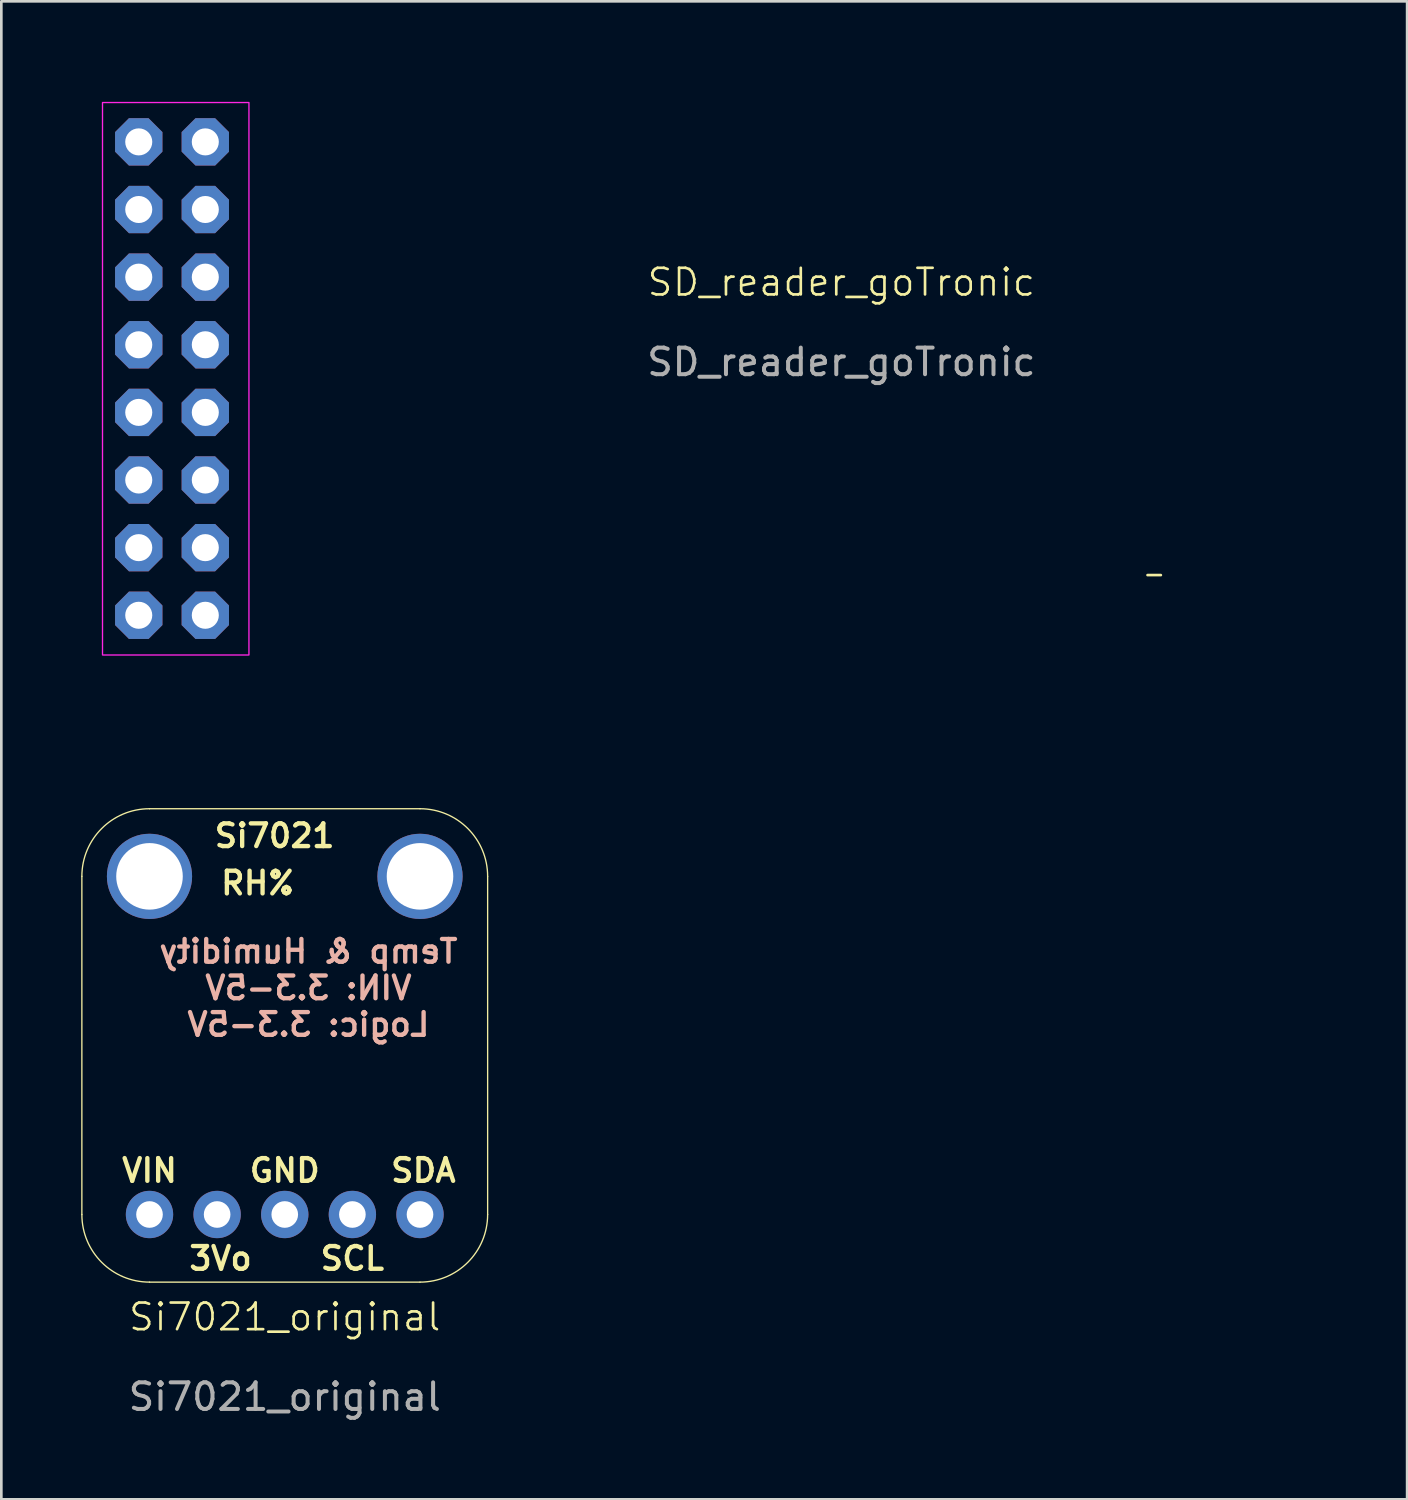
<source format=kicad_pcb>
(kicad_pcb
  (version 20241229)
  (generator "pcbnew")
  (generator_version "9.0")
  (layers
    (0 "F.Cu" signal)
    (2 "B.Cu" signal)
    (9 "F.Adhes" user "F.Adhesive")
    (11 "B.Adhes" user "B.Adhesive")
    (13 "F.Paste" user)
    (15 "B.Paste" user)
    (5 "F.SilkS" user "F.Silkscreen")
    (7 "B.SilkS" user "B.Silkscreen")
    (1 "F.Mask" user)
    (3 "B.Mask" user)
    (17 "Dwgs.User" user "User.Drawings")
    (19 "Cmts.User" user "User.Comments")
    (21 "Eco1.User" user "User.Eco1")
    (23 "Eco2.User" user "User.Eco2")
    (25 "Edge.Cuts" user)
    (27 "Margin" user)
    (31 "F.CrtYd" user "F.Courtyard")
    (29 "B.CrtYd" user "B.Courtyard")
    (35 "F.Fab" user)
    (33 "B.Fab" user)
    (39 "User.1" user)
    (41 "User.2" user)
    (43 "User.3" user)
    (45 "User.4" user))
  (footprint "Si7021_original"
    (layer "F.Cu")
    (at 7.645 46.914)
    (property "Reference" "Si7021_original" (at 0 -0.5 0) (unlocked yes) (layer "F.SilkS") (effects (font (size 1 1) (thickness 0.1))))
    (attr through_hole)
    (fp_line (start -7.62 -4.349) (end -7.62 -17.049) (stroke (width 0.05) (type solid)) (layer "F.SilkS"))
    (fp_line (start -5.08 -19.589) (end 5.08 -19.589) (stroke (width 0.05) (type solid)) (layer "F.SilkS"))
    (fp_line (start 5.08 -1.809) (end -5.08 -1.809) (stroke (width 0.05) (type solid)) (layer "F.SilkS"))
    (fp_line (start 7.62 -17.049) (end 7.62 -4.349) (stroke (width 0.05) (type solid)) (layer "F.SilkS"))
    (fp_arc (start -7.62 -17.049) (mid -6.876051 -18.845051) (end -5.08 -19.589) (stroke (width 0.05) (type solid)) (layer "F.SilkS"))
    (fp_arc (start -5.08 -1.809) (mid -6.87605 -2.552949) (end -7.62 -4.349) (stroke (width 0.05) (type solid)) (layer "F.SilkS"))
    (fp_arc (start 5.08 -19.589) (mid 6.876051 -18.845051) (end 7.62 -17.049) (stroke (width 0.05) (type solid)) (layer "F.SilkS"))
    (fp_arc (start 7.62 -4.349) (mid 6.876051 -2.552949) (end 5.08 -1.809) (stroke (width 0.05) (type solid)) (layer "F.SilkS"))
    (fp_text user "Si7021" (at -0.381 -18.573 0) (unlocked yes) (layer "F.SilkS") (effects (font (size 0.853 0.853) (thickness 0.163))))
    (fp_text user "GND" (at 0 -6 0) (unlocked yes) (layer "F.SilkS") (effects (font (size 0.853 0.853) (thickness 0.163))))
    (fp_text user "RH%" (at -1.016 -16.795 0) (unlocked yes) (layer "F.SilkS") (effects (font (size 0.853 0.853) (thickness 0.163))))
    (fp_text user "SCL" (at 2.54 -2.698 0) (unlocked yes) (layer "F.SilkS") (effects (font (size 0.853 0.853) (thickness 0.163))))
    (fp_text user "VIN" (at -5.08 -6 0) (unlocked yes) (layer "F.SilkS") (effects (font (size 0.853 0.853) (thickness 0.163))))
    (fp_text user "3Vo" (at -2.413 -2.698 0) (unlocked yes) (layer "F.SilkS") (effects (font (size 0.853 0.853) (thickness 0.163))))
    (fp_text user "SDA" (at 5.207 -6 0) (unlocked yes) (layer "F.SilkS") (effects (font (size 0.853 0.853) (thickness 0.163))))
    (fp_text user "Temp & Humidity\nVIN: 3.3-5V\nLogic: 3.3-5V" (at 0.889 -12.858 0) (unlocked yes) (layer "B.SilkS") (effects (font (size 0.853 0.853) (thickness 0.163)) (justify mirror)))
    (fp_text user "${REFERENCE}" (at 0 2.5 0) (unlocked yes) (layer "F.Fab") (effects (font (size 1 1) (thickness 0.15))))
    (pad "1" thru_hole circle (at 5.08 -4.349 270) (size 1.778 1.778) (drill 1) (layers "*.Cu" "*.Mask"))
    (pad "2" thru_hole circle (at 2.54 -4.349 270) (size 1.778 1.778) (drill 1) (layers "*.Cu" "*.Mask"))
    (pad "3" thru_hole circle (at 0 -4.349 270) (size 1.778 1.778) (drill 1) (layers "*.Cu" "*.Mask"))
    (pad "4" thru_hole circle (at -2.54 -4.349 270) (size 1.778 1.778) (drill 1) (layers "*.Cu" "*.Mask"))
    (pad "5" thru_hole circle (at -5.08 -4.349 270) (size 1.778 1.778) (drill 1) (layers "*.Cu" "*.Mask"))
    (pad "P$1" thru_hole circle (at -5.08 -17.049) (size 3.2 3.2) (drill 2.5) (layers "*.Cu" "*.Mask"))
    (pad "P$1" thru_hole circle (at 5.08 -17.049) (size 3.2 3.2) (drill 2.5) (layers "*.Cu" "*.Mask"))
    (zone (net_name "") (layer "F.Cu") (hatch edge 0.5) (connect_pads) (min_thickness 0.25) (filled_areas_thickness no) (keepout (tracks not_allowed) (vias not_allowed) (pads not_allowed) (copperpour not_allowed) (footprints allowed)) (placement (enabled no)) (fill) (polygon (pts (xy 4.581 29.865) (xy 4.561 29.584) (xy 4.503 29.309) (xy 4.407 29.045) (xy 4.275 28.797) (xy 4.109 28.569) (xy 3.914 28.367) (xy 3.692 28.194) (xy 3.449 28.053) (xy 3.188 27.948) (xy 2.915 27.88) (xy 2.635 27.85) (xy 2.354 27.86) (xy 2.077 27.909) (xy 1.81 27.996) (xy 1.557 28.119) (xy 1.324 28.276) (xy 1.115 28.465) (xy 0.934 28.68) (xy 0.785 28.919) (xy 0.671 29.175) (xy 0.593 29.446) (xy 0.554 29.724) (xy 0.554 30.006) (xy 0.593 30.284) (xy 0.671 30.555) (xy 0.785 30.811) (xy 0.934 31.05) (xy 1.115 31.265) (xy 1.324 31.454) (xy 1.557 31.611) (xy 1.81 31.734) (xy 2.077 31.821) (xy 2.354 31.87) (xy 2.635 31.88) (xy 2.915 31.85) (xy 3.188 31.782) (xy 3.449 31.677) (xy 3.692 31.536) (xy 3.914 31.363) (xy 4.109 31.161) (xy 4.275 30.933) (xy 4.407 30.685) (xy 4.503 30.421) (xy 4.561 30.146))) (polygon (pts (xy 2.549 29.865) (xy 2.554 29.876) (xy 2.565 29.881) (xy 2.576 29.876) (xy 2.581 29.865) (xy 2.576 29.854) (xy 2.565 29.849) (xy 2.554 29.854))))
    (zone (net_name "") (layer "F.Cu") (hatch edge 0.5) (connect_pads) (min_thickness 0.25) (filled_areas_thickness no) (keepout (tracks not_allowed) (vias not_allowed) (pads not_allowed) (copperpour not_allowed) (footprints allowed)) (placement (enabled no)) (fill) (polygon (pts (xy 14.741 29.865) (xy 14.721 29.584) (xy 14.663 29.309) (xy 14.567 29.045) (xy 14.435 28.797) (xy 14.269 28.569) (xy 14.074 28.367) (xy 13.852 28.194) (xy 13.609 28.053) (xy 13.348 27.948) (xy 13.075 27.88) (xy 12.795 27.85) (xy 12.514 27.86) (xy 12.237 27.909) (xy 11.97 27.996) (xy 11.717 28.119) (xy 11.484 28.276) (xy 11.275 28.465) (xy 11.094 28.68) (xy 10.945 28.919) (xy 10.831 29.175) (xy 10.753 29.446) (xy 10.714 29.724) (xy 10.714 30.006) (xy 10.753 30.284) (xy 10.831 30.555) (xy 10.945 30.811) (xy 11.094 31.05) (xy 11.275 31.265) (xy 11.484 31.454) (xy 11.717 31.611) (xy 11.97 31.734) (xy 12.237 31.821) (xy 12.514 31.87) (xy 12.795 31.88) (xy 13.075 31.85) (xy 13.348 31.782) (xy 13.609 31.677) (xy 13.852 31.536) (xy 14.074 31.363) (xy 14.269 31.161) (xy 14.435 30.933) (xy 14.567 30.685) (xy 14.663 30.421) (xy 14.721 30.146))) (polygon (pts (xy 12.709 29.865) (xy 12.714 29.876) (xy 12.725 29.881) (xy 12.736 29.876) (xy 12.741 29.865) (xy 12.736 29.854) (xy 12.725 29.849) (xy 12.714 29.854))))
    (zone (net_name "") (layer "B.Cu") (hatch edge 0.5) (connect_pads) (min_thickness 0.25) (filled_areas_thickness no) (keepout (tracks not_allowed) (vias not_allowed) (pads not_allowed) (copperpour not_allowed) (footprints allowed)) (placement (enabled no)) (fill) (polygon (pts (xy 4.581 29.865) (xy 4.561 29.584) (xy 4.503 29.309) (xy 4.407 29.045) (xy 4.275 28.797) (xy 4.109 28.569) (xy 3.914 28.367) (xy 3.692 28.194) (xy 3.449 28.053) (xy 3.188 27.948) (xy 2.915 27.88) (xy 2.635 27.85) (xy 2.354 27.86) (xy 2.077 27.909) (xy 1.81 27.996) (xy 1.557 28.119) (xy 1.324 28.276) (xy 1.115 28.465) (xy 0.934 28.68) (xy 0.785 28.919) (xy 0.671 29.175) (xy 0.593 29.446) (xy 0.554 29.724) (xy 0.554 30.006) (xy 0.593 30.284) (xy 0.671 30.555) (xy 0.785 30.811) (xy 0.934 31.05) (xy 1.115 31.265) (xy 1.324 31.454) (xy 1.557 31.611) (xy 1.81 31.734) (xy 2.077 31.821) (xy 2.354 31.87) (xy 2.635 31.88) (xy 2.915 31.85) (xy 3.188 31.782) (xy 3.449 31.677) (xy 3.692 31.536) (xy 3.914 31.363) (xy 4.109 31.161) (xy 4.275 30.933) (xy 4.407 30.685) (xy 4.503 30.421) (xy 4.561 30.146))) (polygon (pts (xy 2.549 29.865) (xy 2.554 29.876) (xy 2.565 29.881) (xy 2.576 29.876) (xy 2.581 29.865) (xy 2.576 29.854) (xy 2.565 29.849) (xy 2.554 29.854))))
    (zone (net_name "") (layer "B.Cu") (hatch edge 0.5) (connect_pads) (min_thickness 0.25) (filled_areas_thickness no) (keepout (tracks not_allowed) (vias not_allowed) (pads not_allowed) (copperpour not_allowed) (footprints allowed)) (placement (enabled no)) (fill) (polygon (pts (xy 14.741 29.865) (xy 14.721 29.584) (xy 14.663 29.309) (xy 14.567 29.045) (xy 14.435 28.797) (xy 14.269 28.569) (xy 14.074 28.367) (xy 13.852 28.194) (xy 13.609 28.053) (xy 13.348 27.948) (xy 13.075 27.88) (xy 12.795 27.85) (xy 12.514 27.86) (xy 12.237 27.909) (xy 11.97 27.996) (xy 11.717 28.119) (xy 11.484 28.276) (xy 11.275 28.465) (xy 11.094 28.68) (xy 10.945 28.919) (xy 10.831 29.175) (xy 10.753 29.446) (xy 10.714 29.724) (xy 10.714 30.006) (xy 10.753 30.284) (xy 10.831 30.555) (xy 10.945 30.811) (xy 11.094 31.05) (xy 11.275 31.265) (xy 11.484 31.454) (xy 11.717 31.611) (xy 11.97 31.734) (xy 12.237 31.821) (xy 12.514 31.87) (xy 12.795 31.88) (xy 13.075 31.85) (xy 13.348 31.782) (xy 13.609 31.677) (xy 13.852 31.536) (xy 14.074 31.363) (xy 14.269 31.161) (xy 14.435 30.933) (xy 14.567 30.685) (xy 14.663 30.421) (xy 14.721 30.146))) (polygon (pts (xy 12.709 29.865) (xy 12.714 29.876) (xy 12.725 29.881) (xy 12.736 29.876) (xy 12.741 29.865) (xy 12.736 29.854) (xy 12.725 29.849) (xy 12.714 29.854)))))
  (footprint "SD_reader_goTronic"
    (layer "F.Cu")
    (at 46.55 24.05)
    (property "Reference" "SD_reader_goTronic" (at -18 -16.5 0) (unlocked yes) (layer "F.SilkS") (effects (font (size 1 1) (thickness 0.1))))
    (attr through_hole)
    (fp_line (start -6.5 -5.5) (end -6 -5.5) (stroke (width 0.1) (type default)) (layer "F.SilkS"))
    (fp_rect (start -45.75 -23.25) (end -40.25 -2.5) (stroke (width 0.05) (type default)) (fill no) (layer "F.CrtYd"))
    (fp_line (start -25 -19.5) (end -25 -5.5) (stroke (width 0.1) (type default)) (layer "User.1"))
    (fp_line (start -25 -19.5) (end -6 -19.5) (stroke (width 0.1) (type default)) (layer "User.1"))
    (fp_line (start -25 -5.5) (end -6.5 -5.5) (stroke (width 0.1) (type default)) (layer "User.1"))
    (fp_rect (start -2 -24) (end -46.5 -2) (stroke (width 0.1) (type default)) (fill no) (layer "User.1"))
    (fp_arc (start -5.999999 -5.5) (mid -7.892443 -12.5) (end -5.999999 -19.5) (stroke (width 0.1) (type default)) (layer "User.1"))
    (fp_text user "${REFERENCE}" (at -18 -13.5 0) (unlocked yes) (layer "F.Fab") (effects (font (size 1 1) (thickness 0.15))))
    (fp_text user "5V" (at -38.691 -16.401 0) (unlocked yes) (layer "User.1") (effects (font (size 0.935 0.935) (thickness 0.081)) (justify right bottom)))
    (fp_text user "DT" (at -38.736 -11.321 0) (unlocked yes) (layer "User.1") (effects (font (size 0.935 0.935) (thickness 0.081)) (justify right bottom)))
    (fp_text user "?" (at -39.582 -18.941 0) (unlocked yes) (layer "User.1") (effects (font (size 0.935 0.935) (thickness 0.081)) (justify right bottom)))
    (fp_text user "MISO" (at -37 -6.241 0) (unlocked yes) (layer "User.1") (effects (font (size 0.935 0.935) (thickness 0.081)) (justify right bottom)))
    (fp_text user "GND" (at -37.534 -13.861 0) (unlocked yes) (layer "User.1") (effects (font (size 0.935 0.935) (thickness 0.081)) (justify right bottom)))
    (fp_text user "Warning: unkown dimensions " (at -7 -20 0) (unlocked yes) (layer "User.1") (effects (font (size 1 1) (thickness 0.1)) (justify right bottom)))
    (fp_text user "MOSI" (at -37 -8.781 0) (unlocked yes) (layer "User.1") (effects (font (size 0.935 0.935) (thickness 0.081)) (justify right bottom)))
    (fp_text user "?" (at -39.582 -21.481 0) (unlocked yes) (layer "User.1") (effects (font (size 0.935 0.935) (thickness 0.081)) (justify right bottom)))
    (fp_text user "SCK" (at -37.623 -3.701 0) (unlocked yes) (layer "User.1") (effects (font (size 0.935 0.935) (thickness 0.081)) (justify right bottom)))
    (pad "1" thru_hole roundrect (at -44.389 -21.771 180) (size 1.778 1.778) (drill 1.016) (layers "*.Cu" "*.Mask") (roundrect_rratio 0.25) (chamfer_ratio 0.293) (chamfer top_left top_right bottom_left bottom_right))
    (pad "1" thru_hole roundrect (at -41.889 -21.771 180) (size 1.778 1.778) (drill 1.016) (layers "*.Cu" "*.Mask") (roundrect_rratio 0.25) (chamfer_ratio 0.293) (chamfer top_left top_right bottom_left bottom_right))
    (pad "2" thru_hole roundrect (at -44.389 -19.231 180) (size 1.778 1.778) (drill 1.016) (layers "*.Cu" "*.Mask") (roundrect_rratio 0.25) (chamfer_ratio 0.293) (chamfer top_left top_right bottom_left bottom_right))
    (pad "2" thru_hole roundrect (at -41.889 -19.231 180) (size 1.778 1.778) (drill 1.016) (layers "*.Cu" "*.Mask") (roundrect_rratio 0.25) (chamfer_ratio 0.293) (chamfer top_left top_right bottom_left bottom_right))
    (pad "3" thru_hole roundrect (at -44.389 -16.691 180) (size 1.778 1.778) (drill 1.016) (layers "*.Cu" "*.Mask") (roundrect_rratio 0.25) (chamfer_ratio 0.293) (chamfer top_left top_right bottom_left bottom_right))
    (pad "3" thru_hole roundrect (at -41.889 -16.691 180) (size 1.778 1.778) (drill 1.016) (layers "*.Cu" "*.Mask") (roundrect_rratio 0.25) (chamfer_ratio 0.293) (chamfer top_left top_right bottom_left bottom_right))
    (pad "4" thru_hole roundrect (at -44.389 -14.151 180) (size 1.778 1.778) (drill 1.016) (layers "*.Cu" "*.Mask") (roundrect_rratio 0.25) (chamfer_ratio 0.293) (chamfer top_left top_right bottom_left bottom_right))
    (pad "4" thru_hole roundrect (at -41.889 -14.151 180) (size 1.778 1.778) (drill 1.016) (layers "*.Cu" "*.Mask") (roundrect_rratio 0.25) (chamfer_ratio 0.293) (chamfer top_left top_right bottom_left bottom_right))
    (pad "5" thru_hole roundrect (at -44.389 -11.611 180) (size 1.778 1.778) (drill 1.016) (layers "*.Cu" "*.Mask") (roundrect_rratio 0.25) (chamfer_ratio 0.293) (chamfer top_left top_right bottom_left bottom_right))
    (pad "5" thru_hole roundrect (at -41.889 -11.611 180) (size 1.778 1.778) (drill 1.016) (layers "*.Cu" "*.Mask") (roundrect_rratio 0.25) (chamfer_ratio 0.293) (chamfer top_left top_right bottom_left bottom_right))
    (pad "6" thru_hole roundrect (at -44.389 -9.071 180) (size 1.778 1.778) (drill 1.016) (layers "*.Cu" "*.Mask") (roundrect_rratio 0.25) (chamfer_ratio 0.293) (chamfer top_left top_right bottom_left bottom_right))
    (pad "6" thru_hole roundrect (at -41.889 -9.071 180) (size 1.778 1.778) (drill 1.016) (layers "*.Cu" "*.Mask") (roundrect_rratio 0.25) (chamfer_ratio 0.293) (chamfer top_left top_right bottom_left bottom_right))
    (pad "7" thru_hole roundrect (at -44.389 -6.531 180) (size 1.778 1.778) (drill 1.016) (layers "*.Cu" "*.Mask") (roundrect_rratio 0.25) (chamfer_ratio 0.293) (chamfer top_left top_right bottom_left bottom_right))
    (pad "7" thru_hole roundrect (at -41.889 -6.531 180) (size 1.778 1.778) (drill 1.016) (layers "*.Cu" "*.Mask") (roundrect_rratio 0.25) (chamfer_ratio 0.293) (chamfer top_left top_right bottom_left bottom_right))
    (pad "8" thru_hole roundrect (at -44.389 -3.991 180) (size 1.778 1.778) (drill 1.016) (layers "*.Cu" "*.Mask") (roundrect_rratio 0.25) (chamfer_ratio 0.293) (chamfer top_left top_right bottom_left bottom_right))
    (pad "8" thru_hole roundrect (at -41.889 -3.991 180) (size 1.778 1.778) (drill 1.016) (layers "*.Cu" "*.Mask") (roundrect_rratio 0.25) (chamfer_ratio 0.293) (chamfer top_left top_right bottom_left bottom_right)))
  (gr_rect
    (start -3 -3)
    (end 49.8 53.262)
    (stroke (width 0.1) (type default))
    (fill no)
    (layer "Edge.Cuts")))
</source>
